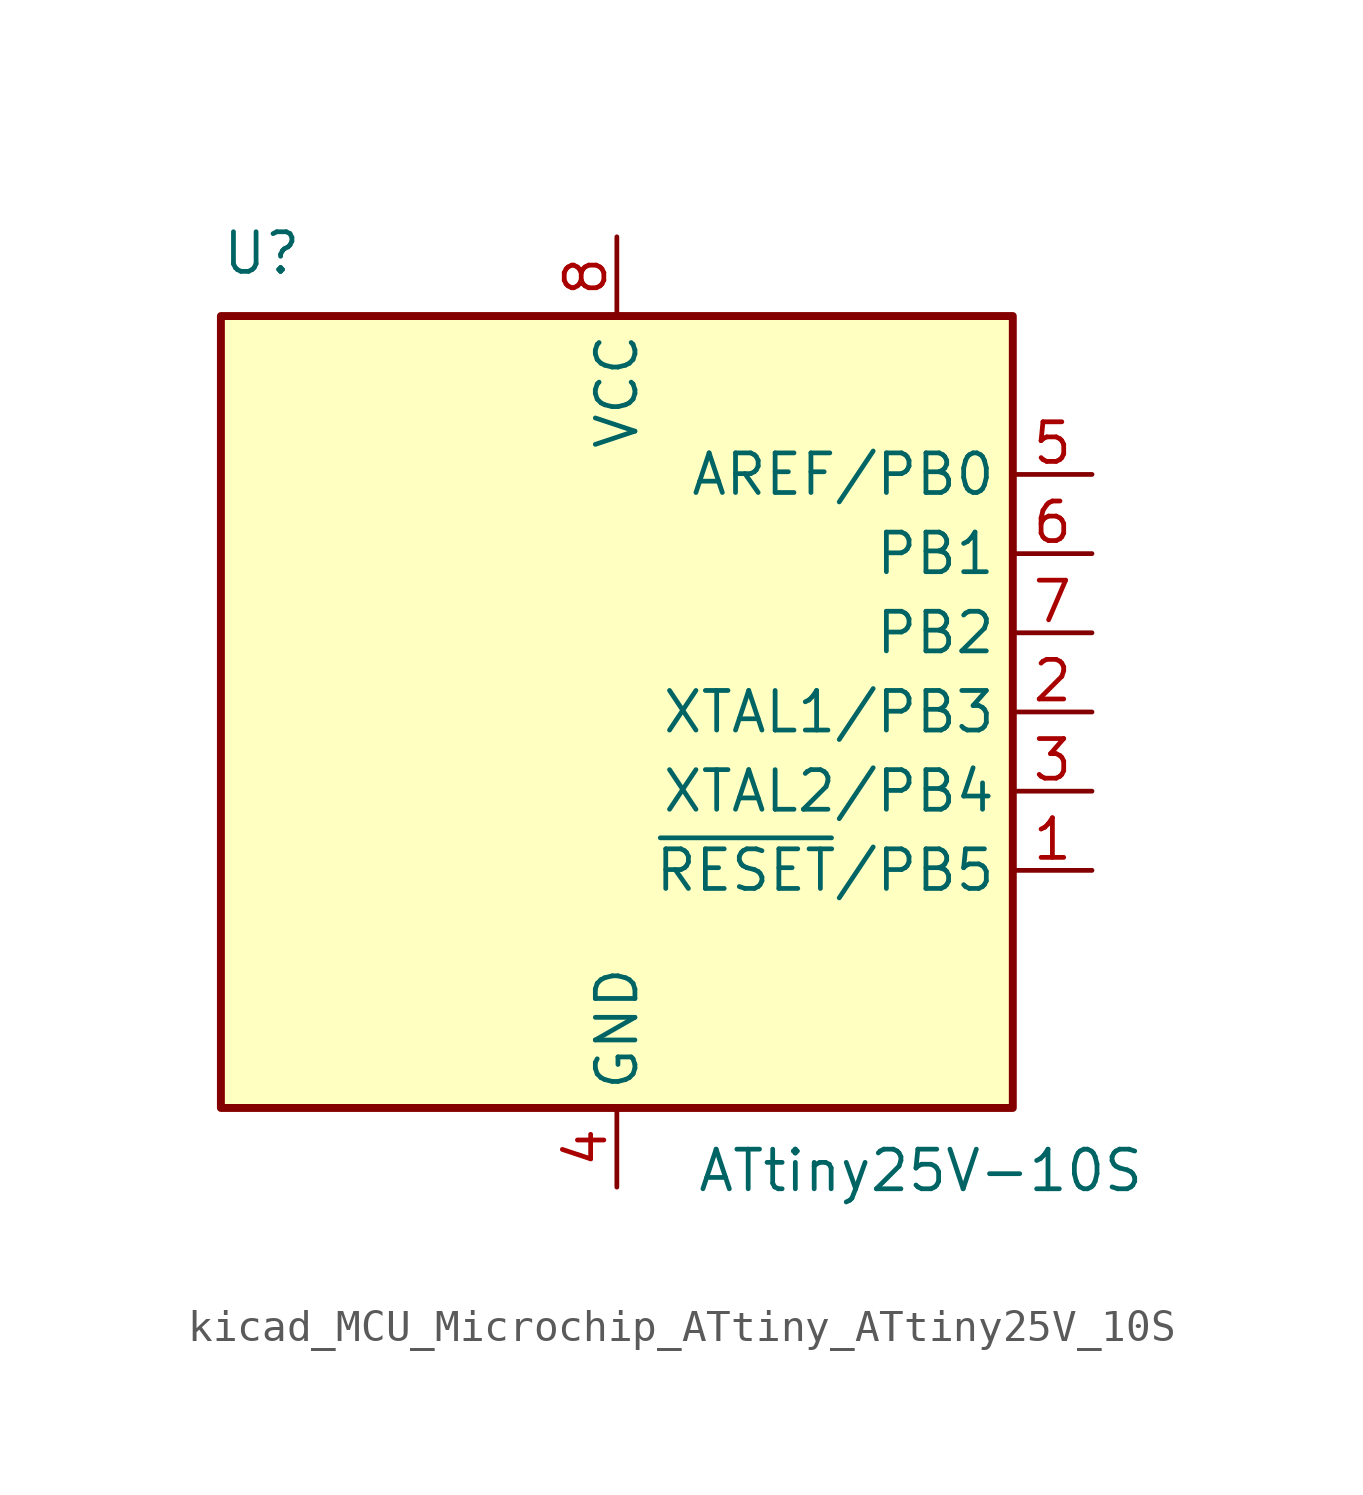
<source format=kicad_sym>
(kicad_symbol_lib
  (version 20220914)
  (generator kicad_symbol_editor)
  (symbol "kicad_MCU_Microchip_ATtiny_ATtiny25V_10S"
    (property "Reference" "U"
      (at -12.7 13.97 0)
      (effects (font (size 1.27 1.27)) (justify left bottom)))
    (property "Value" "ATtiny25V-10S"
      (at 2.54 -13.97 0)
      (effects (font (size 1.27 1.27)) (justify left top)))
    (symbol "kicad_MCU_Microchip_ATtiny_ATtiny25V_10S_0_1"
      (rectangle (start -12.7 -12.7) (end 12.7 12.7) (stroke (width 0.254) (type default)) (fill (type background))))
    (symbol "kicad_MCU_Microchip_ATtiny_ATtiny25V_10S_1_1"
      (pin bidirectional line (at 15.24 -5.08 180) (length 2.54) (name "~{RESET}/PB5" (effects (font (size 1.27 1.27)))) (number "1" (effects (font (size 1.27 1.27)))))
      (pin bidirectional line (at 15.24 0 180) (length 2.54) (name "XTAL1/PB3" (effects (font (size 1.27 1.27)))) (number "2" (effects (font (size 1.27 1.27)))))
      (pin bidirectional line (at 15.24 -2.54 180) (length 2.54) (name "XTAL2/PB4" (effects (font (size 1.27 1.27)))) (number "3" (effects (font (size 1.27 1.27)))))
      (pin power_in line (at 0 -15.24 90) (length 2.54) (name "GND" (effects (font (size 1.27 1.27)))) (number "4" (effects (font (size 1.27 1.27)))))
      (pin bidirectional line (at 15.24 7.62 180) (length 2.54) (name "AREF/PB0" (effects (font (size 1.27 1.27)))) (number "5" (effects (font (size 1.27 1.27)))))
      (pin bidirectional line (at 15.24 5.08 180) (length 2.54) (name "PB1" (effects (font (size 1.27 1.27)))) (number "6" (effects (font (size 1.27 1.27)))))
      (pin bidirectional line (at 15.24 2.54 180) (length 2.54) (name "PB2" (effects (font (size 1.27 1.27)))) (number "7" (effects (font (size 1.27 1.27)))))
      (pin power_in line (at 0 15.24 270) (length 2.54) (name "VCC" (effects (font (size 1.27 1.27)))) (number "8" (effects (font (size 1.27 1.27))))))))
</source>
